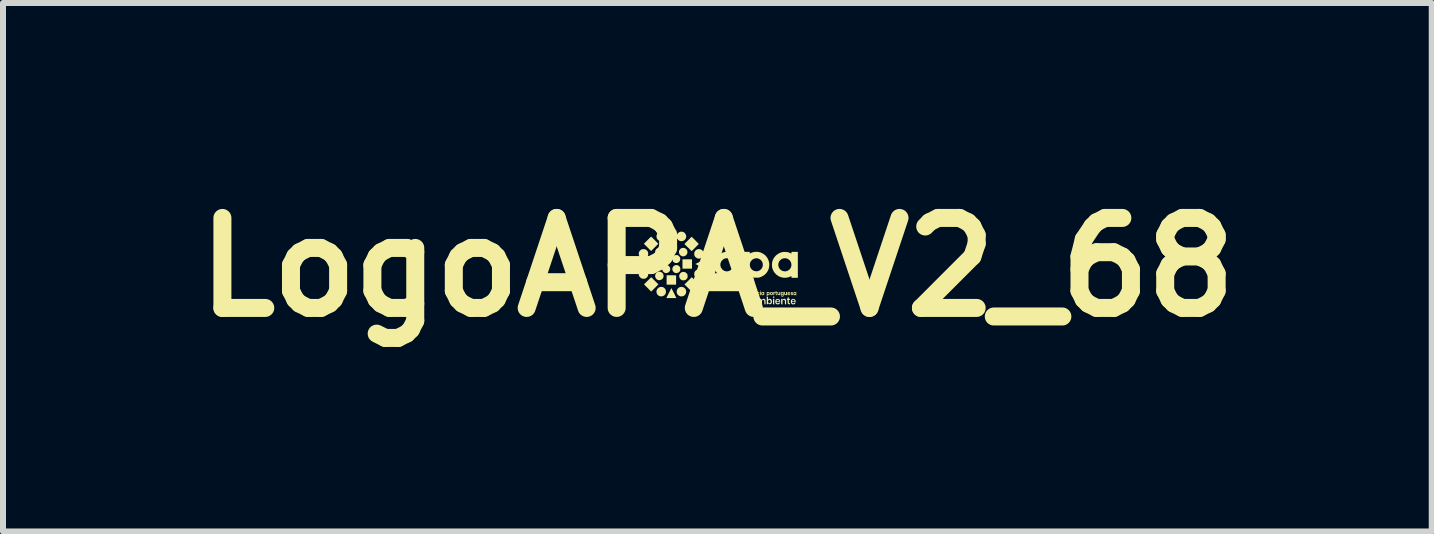
<source format=kicad_pcb>
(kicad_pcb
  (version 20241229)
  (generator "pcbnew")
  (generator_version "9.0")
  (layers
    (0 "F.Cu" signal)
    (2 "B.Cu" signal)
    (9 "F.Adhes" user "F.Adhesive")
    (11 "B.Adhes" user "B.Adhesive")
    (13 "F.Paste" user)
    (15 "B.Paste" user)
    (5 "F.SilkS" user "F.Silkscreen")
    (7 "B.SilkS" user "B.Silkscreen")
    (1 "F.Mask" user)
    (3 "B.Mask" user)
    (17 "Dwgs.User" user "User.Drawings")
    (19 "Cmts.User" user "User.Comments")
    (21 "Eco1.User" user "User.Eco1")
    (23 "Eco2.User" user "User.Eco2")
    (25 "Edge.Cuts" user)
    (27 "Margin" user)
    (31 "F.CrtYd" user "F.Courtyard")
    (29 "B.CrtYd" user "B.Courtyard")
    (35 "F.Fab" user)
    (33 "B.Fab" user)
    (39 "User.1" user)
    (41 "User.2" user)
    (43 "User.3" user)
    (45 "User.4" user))
  (footprint "LogoAPA_V2_68"
    (layer "F.Cu")
    (at 8.907 1.404)
    (property "Reference" "LogoAPA_V2_68" (at 0 0 0) (layer "F.SilkS") (effects (font (size 1.5 1.5) (thickness 0.3))))
    (attr board_only exclude_from_pos_files exclude_from_bom)
    (fp_poly (pts (xy -1.043 0.226) (xy -0.983 0.285) (xy -1.043 0.346) (xy -1.104 0.406) (xy -1.163 0.346) (xy -1.223 0.286) (xy -1.163 0.226) (xy -1.102 0.166)) (stroke (width 0) (type solid)) (fill yes) (layer "F.SilkS"))
    (fp_poly (pts (xy -0.953 -0.054) (xy -0.953 0.024) (xy -1.032 0.024) (xy -1.111 0.024) (xy -1.111 -0.054) (xy -1.111 -0.132) (xy -1.032 -0.132) (xy -0.953 -0.132)) (stroke (width 0) (type solid)) (fill yes) (layer "F.SilkS"))
    (fp_poly (pts (xy -0.688 -0.319) (xy -0.688 -0.241) (xy -0.767 -0.241) (xy -0.846 -0.241) (xy -0.846 -0.319) (xy -0.846 -0.397) (xy -0.767 -0.397) (xy -0.688 -0.397)) (stroke (width 0) (type solid)) (fill yes) (layer "F.SilkS"))
    (fp_poly (pts (xy -0.423 -0.054) (xy -0.423 0.024) (xy -0.502 0.024) (xy -0.582 0.024) (xy -0.582 -0.054) (xy -0.582 -0.132) (xy -0.502 -0.132) (xy -0.423 -0.132)) (stroke (width 0) (type solid)) (fill yes) (layer "F.SilkS"))
    (fp_poly (pts (xy 0.948 0.572) (xy 0.948 0.619) (xy 0.938 0.619) (xy 0.927 0.619) (xy 0.927 0.572) (xy 0.927 0.526) (xy 0.938 0.526) (xy 0.948 0.526)) (stroke (width 0) (type solid)) (fill yes) (layer "F.SilkS"))
    (fp_poly (pts (xy 0.722 0.392) (xy 0.725 0.396) (xy 0.723 0.401) (xy 0.72 0.405) (xy 0.715 0.404) (xy 0.713 0.403) (xy 0.71 0.399) (xy 0.711 0.394) (xy 0.714 0.391) (xy 0.717 0.391)) (stroke (width 0) (type solid)) (fill yes) (layer "F.SilkS"))
    (fp_poly (pts (xy 0.723 0.439) (xy 0.723 0.467) (xy 0.717 0.467) (xy 0.713 0.466) (xy 0.711 0.464) (xy 0.71 0.461) (xy 0.71 0.454) (xy 0.71 0.445) (xy 0.71 0.437) (xy 0.711 0.413) (xy 0.717 0.413) (xy 0.723 0.412)) (stroke (width 0) (type solid)) (fill yes) (layer "F.SilkS"))
    (fp_poly (pts (xy 0.944 0.489) (xy 0.949 0.493) (xy 0.95 0.499) (xy 0.949 0.505) (xy 0.947 0.507) (xy 0.942 0.509) (xy 0.935 0.51) (xy 0.929 0.507) (xy 0.928 0.506) (xy 0.925 0.501) (xy 0.926 0.497) (xy 0.928 0.491) (xy 0.932 0.488) (xy 0.938 0.488)) (stroke (width 0) (type solid)) (fill yes) (layer "F.SilkS"))
    (fp_poly (pts (xy -0.793 0.134) (xy -0.776 0.134) (xy -0.762 0.134) (xy -0.688 0.135) (xy -0.688 0.213) (xy -0.688 0.291) (xy -0.767 0.291) (xy -0.846 0.291) (xy -0.846 0.213) (xy -0.846 0.135) (xy -0.841 0.134) (xy -0.838 0.134) (xy -0.831 0.134) (xy -0.821 0.134) (xy -0.808 0.134)) (stroke (width 0) (type solid)) (fill yes) (layer "F.SilkS"))
    (fp_poly (pts (xy 0.576 0.394) (xy 0.577 0.394) (xy 0.583 0.399) (xy 0.584 0.403) (xy 0.584 0.408) (xy 0.578 0.404) (xy 0.574 0.401) (xy 0.571 0.401) (xy 0.567 0.403) (xy 0.565 0.404) (xy 0.558 0.408) (xy 0.558 0.404) (xy 0.559 0.4) (xy 0.563 0.396) (xy 0.564 0.395) (xy 0.569 0.392) (xy 0.572 0.392)) (stroke (width 0) (type solid)) (fill yes) (layer "F.SilkS"))
    (fp_poly (pts (xy -1.255 -0.097) (xy -1.237 -0.089) (xy -1.221 -0.08) (xy -1.206 -0.073) (xy -1.193 -0.067) (xy -1.183 -0.062) (xy -1.175 -0.058) (xy -1.171 -0.056) (xy -1.17 -0.055) (xy -1.172 -0.054) (xy -1.177 -0.051) (xy -1.185 -0.047) (xy -1.196 -0.041) (xy -1.21 -0.034) (xy -1.225 -0.027) (xy -1.242 -0.018) (xy -1.254 -0.012) (xy -1.339 0.03) (xy -1.339 -0.054) (xy -1.339 -0.139)) (stroke (width 0) (type solid)) (fill yes) (layer "F.SilkS"))
    (fp_poly (pts (xy -0.197 -0.054) (xy -0.198 -0.036) (xy -0.198 -0.018) (xy -0.198 -0.003) (xy -0.198 0.01) (xy -0.198 0.02) (xy -0.198 0.027) (xy -0.198 0.03) (xy -0.198 0.03) (xy -0.2 0.029) (xy -0.206 0.027) (xy -0.214 0.022) (xy -0.225 0.017) (xy -0.239 0.01) (xy -0.254 0.002) (xy -0.271 -0.006) (xy -0.283 -0.012) (xy -0.367 -0.054) (xy -0.282 -0.096) (xy -0.197 -0.139)) (stroke (width 0) (type solid)) (fill yes) (layer "F.SilkS"))
    (fp_poly (pts (xy -1.044 -0.451) (xy -0.984 -0.391) (xy -1.044 -0.331) (xy -1.057 -0.318) (xy -1.069 -0.306) (xy -1.08 -0.295) (xy -1.09 -0.286) (xy -1.097 -0.278) (xy -1.102 -0.274) (xy -1.104 -0.271) (xy -1.105 -0.271) (xy -1.106 -0.273) (xy -1.111 -0.277) (xy -1.118 -0.284) (xy -1.127 -0.292) (xy -1.137 -0.303) (xy -1.149 -0.315) (xy -1.162 -0.328) (xy -1.165 -0.331) (xy -1.225 -0.391) (xy -1.165 -0.451) (xy -1.105 -0.511)) (stroke (width 0) (type solid)) (fill yes) (layer "F.SilkS"))
    (fp_poly (pts (xy -0.367 0.226) (xy -0.307 0.286) (xy -0.367 0.346) (xy -0.38 0.359) (xy -0.392 0.372) (xy -0.403 0.382) (xy -0.413 0.392) (xy -0.42 0.399) (xy -0.425 0.404) (xy -0.427 0.406) (xy -0.428 0.406) (xy -0.429 0.404) (xy -0.434 0.4) (xy -0.441 0.393) (xy -0.449 0.385) (xy -0.46 0.374) (xy -0.472 0.362) (xy -0.485 0.349) (xy -0.488 0.346) (xy -0.548 0.287) (xy -0.487 0.227) (xy -0.427 0.166)) (stroke (width 0) (type solid)) (fill yes) (layer "F.SilkS"))
    (fp_poly (pts (xy -0.766 0.349) (xy -0.763 0.354) (xy -0.759 0.362) (xy -0.754 0.373) (xy -0.747 0.385) (xy -0.74 0.399) (xy -0.733 0.414) (xy -0.725 0.429) (xy -0.718 0.444) (xy -0.71 0.459) (xy -0.704 0.473) (xy -0.699 0.483) (xy -0.684 0.514) (xy -0.767 0.514) (xy -0.851 0.514) (xy -0.809 0.431) (xy -0.8 0.414) (xy -0.792 0.397) (xy -0.785 0.383) (xy -0.779 0.37) (xy -0.773 0.36) (xy -0.77 0.352) (xy -0.767 0.348) (xy -0.767 0.348)) (stroke (width 0) (type solid)) (fill yes) (layer "F.SilkS"))
    (fp_poly (pts (xy 0.945 0.413) (xy 0.946 0.416) (xy 0.946 0.416) (xy 0.947 0.418) (xy 0.948 0.418) (xy 0.95 0.416) (xy 0.955 0.413) (xy 0.959 0.413) (xy 0.961 0.417) (xy 0.961 0.418) (xy 0.96 0.423) (xy 0.957 0.427) (xy 0.954 0.428) (xy 0.951 0.429) (xy 0.949 0.431) (xy 0.948 0.435) (xy 0.947 0.441) (xy 0.947 0.448) (xy 0.946 0.464) (xy 0.94 0.464) (xy 0.933 0.464) (xy 0.933 0.438) (xy 0.933 0.412) (xy 0.94 0.412)) (stroke (width 0) (type solid)) (fill yes) (layer "F.SilkS"))
    (fp_poly (pts (xy -0.836 -0.035) (xy -0.821 -0.029) (xy -0.808 -0.02) (xy -0.804 -0.017) (xy -0.795 -0.004) (xy -0.789 0.01) (xy -0.786 0.025) (xy -0.786 0.041) (xy -0.791 0.056) (xy -0.798 0.069) (xy -0.803 0.076) (xy -0.816 0.086) (xy -0.831 0.093) (xy -0.846 0.097) (xy -0.862 0.097) (xy -0.874 0.094) (xy -0.889 0.086) (xy -0.901 0.076) (xy -0.91 0.064) (xy -0.916 0.05) (xy -0.919 0.036) (xy -0.919 0.021) (xy -0.915 0.006) (xy -0.908 -0.008) (xy -0.897 -0.019) (xy -0.883 -0.029) (xy -0.868 -0.035) (xy -0.852 -0.037)) (stroke (width 0) (type solid)) (fill yes) (layer "F.SilkS"))
    (fp_poly (pts (xy -0.839 -0.203) (xy -0.823 -0.198) (xy -0.809 -0.189) (xy -0.798 -0.177) (xy -0.791 -0.166) (xy -0.786 -0.151) (xy -0.785 -0.135) (xy -0.787 -0.119) (xy -0.793 -0.105) (xy -0.803 -0.092) (xy -0.804 -0.09) (xy -0.816 -0.081) (xy -0.83 -0.075) (xy -0.844 -0.071) (xy -0.859 -0.07) (xy -0.866 -0.072) (xy -0.883 -0.078) (xy -0.896 -0.087) (xy -0.907 -0.099) (xy -0.914 -0.114) (xy -0.918 -0.131) (xy -0.918 -0.138) (xy -0.916 -0.155) (xy -0.91 -0.17) (xy -0.901 -0.183) (xy -0.889 -0.193) (xy -0.875 -0.2) (xy -0.858 -0.203) (xy -0.856 -0.204)) (stroke (width 0) (type solid)) (fill yes) (layer "F.SilkS"))
    (fp_poly (pts (xy 1.126 0.43) (xy 1.127 0.441) (xy 1.128 0.448) (xy 1.13 0.452) (xy 1.134 0.453) (xy 1.135 0.454) (xy 1.14 0.452) (xy 1.143 0.449) (xy 1.145 0.442) (xy 1.146 0.431) (xy 1.146 0.43) (xy 1.146 0.412) (xy 1.154 0.412) (xy 1.161 0.412) (xy 1.161 0.439) (xy 1.16 0.466) (xy 1.154 0.466) (xy 1.15 0.466) (xy 1.148 0.464) (xy 1.148 0.462) (xy 1.148 0.459) (xy 1.146 0.459) (xy 1.144 0.461) (xy 1.136 0.465) (xy 1.127 0.465) (xy 1.126 0.465) (xy 1.12 0.461) (xy 1.116 0.453) (xy 1.114 0.442) (xy 1.113 0.43) (xy 1.113 0.412) (xy 1.12 0.412) (xy 1.126 0.412)) (stroke (width 0) (type solid)) (fill yes) (layer "F.SilkS"))
    (fp_poly (pts (xy -0.677 -0.203) (xy -0.665 -0.201) (xy -0.657 -0.198) (xy -0.644 -0.189) (xy -0.633 -0.178) (xy -0.625 -0.165) (xy -0.625 -0.165) (xy -0.621 -0.154) (xy -0.619 -0.14) (xy -0.62 -0.126) (xy -0.622 -0.114) (xy -0.625 -0.108) (xy -0.634 -0.094) (xy -0.646 -0.083) (xy -0.657 -0.076) (xy -0.668 -0.072) (xy -0.681 -0.07) (xy -0.694 -0.07) (xy -0.705 -0.072) (xy -0.721 -0.08) (xy -0.734 -0.09) (xy -0.743 -0.103) (xy -0.749 -0.118) (xy -0.752 -0.135) (xy -0.752 -0.137) (xy -0.752 -0.147) (xy -0.75 -0.154) (xy -0.748 -0.162) (xy -0.746 -0.165) (xy -0.737 -0.179) (xy -0.724 -0.191) (xy -0.714 -0.198) (xy -0.703 -0.201) (xy -0.691 -0.203)) (stroke (width 0) (type solid)) (fill yes) (layer "F.SilkS"))
    (fp_poly (pts (xy -0.574 -0.589) (xy -0.558 -0.582) (xy -0.546 -0.573) (xy -0.534 -0.559) (xy -0.526 -0.544) (xy -0.521 -0.528) (xy -0.519 -0.511) (xy -0.522 -0.495) (xy -0.527 -0.479) (xy -0.536 -0.465) (xy -0.548 -0.453) (xy -0.563 -0.443) (xy -0.566 -0.441) (xy -0.579 -0.437) (xy -0.593 -0.435) (xy -0.608 -0.435) (xy -0.621 -0.437) (xy -0.623 -0.437) (xy -0.638 -0.444) (xy -0.652 -0.455) (xy -0.664 -0.468) (xy -0.673 -0.483) (xy -0.674 -0.487) (xy -0.677 -0.501) (xy -0.678 -0.516) (xy -0.676 -0.532) (xy -0.673 -0.543) (xy -0.666 -0.556) (xy -0.656 -0.569) (xy -0.643 -0.579) (xy -0.63 -0.587) (xy -0.627 -0.588) (xy -0.609 -0.593) (xy -0.592 -0.593)) (stroke (width 0) (type solid)) (fill yes) (layer "F.SilkS"))
    (fp_poly (pts (xy -0.557 0.079) (xy -0.544 0.081) (xy -0.54 0.082) (xy -0.527 0.089) (xy -0.515 0.099) (xy -0.505 0.111) (xy -0.501 0.118) (xy -0.497 0.13) (xy -0.496 0.143) (xy -0.496 0.157) (xy -0.498 0.17) (xy -0.501 0.179) (xy -0.509 0.191) (xy -0.52 0.203) (xy -0.532 0.211) (xy -0.535 0.213) (xy -0.547 0.217) (xy -0.561 0.219) (xy -0.576 0.218) (xy -0.589 0.216) (xy -0.592 0.215) (xy -0.607 0.207) (xy -0.618 0.196) (xy -0.627 0.184) (xy -0.633 0.17) (xy -0.636 0.155) (xy -0.636 0.14) (xy -0.632 0.125) (xy -0.625 0.111) (xy -0.616 0.098) (xy -0.603 0.088) (xy -0.596 0.084) (xy -0.585 0.08) (xy -0.571 0.078)) (stroke (width 0) (type solid)) (fill yes) (layer "F.SilkS"))
    (fp_poly (pts (xy 1.013 0.431) (xy 1.014 0.44) (xy 1.014 0.445) (xy 1.015 0.449) (xy 1.017 0.451) (xy 1.019 0.452) (xy 1.024 0.454) (xy 1.028 0.453) (xy 1.031 0.449) (xy 1.032 0.441) (xy 1.033 0.431) (xy 1.033 0.412) (xy 1.041 0.412) (xy 1.048 0.412) (xy 1.048 0.439) (xy 1.047 0.466) (xy 1.041 0.466) (xy 1.037 0.466) (xy 1.035 0.464) (xy 1.035 0.462) (xy 1.035 0.459) (xy 1.033 0.459) (xy 1.031 0.461) (xy 1.024 0.465) (xy 1.015 0.464) (xy 1.012 0.463) (xy 1.007 0.46) (xy 1.003 0.454) (xy 1.001 0.445) (xy 1 0.433) (xy 1 0.429) (xy 1 0.412) (xy 1.007 0.412) (xy 1.013 0.412)) (stroke (width 0) (type solid)) (fill yes) (layer "F.SilkS"))
    (fp_poly (pts (xy -0.369 -0.449) (xy -0.356 -0.435) (xy -0.344 -0.423) (xy -0.333 -0.412) (xy -0.324 -0.403) (xy -0.317 -0.395) (xy -0.312 -0.39) (xy -0.31 -0.388) (xy -0.31 -0.388) (xy -0.312 -0.386) (xy -0.316 -0.381) (xy -0.322 -0.374) (xy -0.331 -0.366) (xy -0.341 -0.356) (xy -0.351 -0.345) (xy -0.363 -0.333) (xy -0.375 -0.321) (xy -0.386 -0.31) (xy -0.397 -0.299) (xy -0.407 -0.289) (xy -0.416 -0.281) (xy -0.422 -0.275) (xy -0.427 -0.271) (xy -0.429 -0.269) (xy -0.431 -0.271) (xy -0.435 -0.275) (xy -0.442 -0.281) (xy -0.451 -0.29) (xy -0.462 -0.301) (xy -0.474 -0.313) (xy -0.487 -0.326) (xy -0.49 -0.328) (xy -0.549 -0.387) (xy -0.489 -0.448) (xy -0.429 -0.508)) (stroke (width 0) (type solid)) (fill yes) (layer "F.SilkS"))
    (fp_poly (pts (xy -0.955 -0.323) (xy -0.941 -0.319) (xy -0.929 -0.312) (xy -0.917 -0.302) (xy -0.907 -0.29) (xy -0.903 -0.283) (xy -0.9 -0.277) (xy -0.898 -0.271) (xy -0.898 -0.263) (xy -0.897 -0.253) (xy -0.898 -0.243) (xy -0.898 -0.236) (xy -0.9 -0.23) (xy -0.902 -0.224) (xy -0.903 -0.222) (xy -0.913 -0.208) (xy -0.925 -0.196) (xy -0.937 -0.189) (xy -0.949 -0.185) (xy -0.963 -0.183) (xy -0.978 -0.183) (xy -0.991 -0.186) (xy -0.993 -0.187) (xy -1.006 -0.194) (xy -1.018 -0.204) (xy -1.027 -0.216) (xy -1.032 -0.225) (xy -1.037 -0.24) (xy -1.038 -0.257) (xy -1.035 -0.272) (xy -1.029 -0.287) (xy -1.019 -0.301) (xy -1.007 -0.312) (xy -1 -0.316) (xy -0.987 -0.321) (xy -0.971 -0.323)) (stroke (width 0) (type solid)) (fill yes) (layer "F.SilkS"))
    (fp_poly (pts (xy -0.666 -0.034) (xy -0.651 -0.028) (xy -0.638 -0.019) (xy -0.627 -0.005) (xy -0.623 0.001) (xy -0.62 0.007) (xy -0.619 0.013) (xy -0.618 0.021) (xy -0.617 0.03) (xy -0.618 0.041) (xy -0.619 0.048) (xy -0.62 0.055) (xy -0.623 0.06) (xy -0.632 0.074) (xy -0.644 0.085) (xy -0.658 0.092) (xy -0.673 0.097) (xy -0.689 0.098) (xy -0.706 0.094) (xy -0.709 0.093) (xy -0.72 0.087) (xy -0.731 0.077) (xy -0.74 0.066) (xy -0.744 0.06) (xy -0.747 0.053) (xy -0.749 0.046) (xy -0.75 0.038) (xy -0.75 0.031) (xy -0.749 0.016) (xy -0.745 0.004) (xy -0.738 -0.008) (xy -0.732 -0.015) (xy -0.72 -0.026) (xy -0.705 -0.032) (xy -0.689 -0.036) (xy -0.684 -0.036)) (stroke (width 0) (type solid)) (fill yes) (layer "F.SilkS"))
    (fp_poly (pts (xy -0.584 0.329) (xy -0.567 0.335) (xy -0.563 0.336) (xy -0.548 0.346) (xy -0.536 0.358) (xy -0.527 0.372) (xy -0.522 0.388) (xy -0.52 0.404) (xy -0.521 0.42) (xy -0.525 0.436) (xy -0.533 0.452) (xy -0.545 0.465) (xy -0.546 0.467) (xy -0.557 0.475) (xy -0.568 0.481) (xy -0.58 0.484) (xy -0.595 0.485) (xy -0.596 0.485) (xy -0.607 0.486) (xy -0.615 0.485) (xy -0.621 0.483) (xy -0.625 0.482) (xy -0.643 0.473) (xy -0.657 0.461) (xy -0.668 0.448) (xy -0.675 0.431) (xy -0.678 0.413) (xy -0.678 0.408) (xy -0.677 0.391) (xy -0.672 0.376) (xy -0.664 0.362) (xy -0.662 0.359) (xy -0.65 0.346) (xy -0.635 0.336) (xy -0.619 0.33) (xy -0.602 0.328)) (stroke (width 0) (type solid)) (fill yes) (layer "F.SilkS"))
    (fp_poly (pts (xy 0.51 0.544) (xy 0.516 0.548) (xy 0.52 0.553) (xy 0.523 0.563) (xy 0.522 0.571) (xy 0.519 0.578) (xy 0.514 0.584) (xy 0.508 0.588) (xy 0.5 0.588) (xy 0.493 0.585) (xy 0.488 0.582) (xy 0.483 0.574) (xy 0.482 0.566) (xy 0.482 0.564) (xy 0.493 0.564) (xy 0.494 0.571) (xy 0.496 0.575) (xy 0.501 0.577) (xy 0.506 0.576) (xy 0.508 0.574) (xy 0.512 0.568) (xy 0.512 0.561) (xy 0.509 0.555) (xy 0.508 0.554) (xy 0.504 0.552) (xy 0.499 0.552) (xy 0.498 0.553) (xy 0.494 0.556) (xy 0.493 0.56) (xy 0.493 0.564) (xy 0.482 0.564) (xy 0.483 0.558) (xy 0.486 0.551) (xy 0.492 0.545) (xy 0.499 0.543) (xy 0.501 0.543)) (stroke (width 0) (type solid)) (fill yes) (layer "F.SilkS"))
    (fp_poly (pts (xy -0.957 0.075) (xy -0.949 0.076) (xy -0.943 0.078) (xy -0.937 0.081) (xy -0.923 0.09) (xy -0.911 0.102) (xy -0.903 0.116) (xy -0.898 0.132) (xy -0.897 0.148) (xy -0.899 0.164) (xy -0.904 0.177) (xy -0.912 0.19) (xy -0.924 0.201) (xy -0.938 0.209) (xy -0.953 0.214) (xy -0.969 0.216) (xy -0.984 0.215) (xy -0.995 0.211) (xy -1.006 0.205) (xy -1.015 0.197) (xy -1.026 0.184) (xy -1.033 0.169) (xy -1.037 0.152) (xy -1.037 0.152) (xy -1.037 0.135) (xy -1.033 0.12) (xy -1.026 0.106) (xy -1.023 0.102) (xy -1.017 0.094) (xy -1.01 0.088) (xy -1.001 0.083) (xy -0.999 0.082) (xy -0.991 0.078) (xy -0.984 0.076) (xy -0.977 0.075) (xy -0.967 0.075) (xy -0.967 0.075)) (stroke (width 0) (type solid)) (fill yes) (layer "F.SilkS"))
    (fp_poly (pts (xy -0.56 -0.322) (xy -0.552 -0.321) (xy -0.547 -0.32) (xy -0.541 -0.317) (xy -0.539 -0.316) (xy -0.524 -0.306) (xy -0.512 -0.294) (xy -0.504 -0.279) (xy -0.5 -0.263) (xy -0.5 -0.256) (xy -0.499 -0.246) (xy -0.5 -0.237) (xy -0.503 -0.229) (xy -0.503 -0.228) (xy -0.511 -0.213) (xy -0.522 -0.201) (xy -0.535 -0.191) (xy -0.549 -0.185) (xy -0.565 -0.181) (xy -0.581 -0.182) (xy -0.583 -0.182) (xy -0.599 -0.188) (xy -0.613 -0.197) (xy -0.625 -0.209) (xy -0.633 -0.22) (xy -0.637 -0.232) (xy -0.64 -0.247) (xy -0.64 -0.262) (xy -0.637 -0.275) (xy -0.63 -0.29) (xy -0.619 -0.303) (xy -0.605 -0.313) (xy -0.603 -0.315) (xy -0.596 -0.318) (xy -0.59 -0.321) (xy -0.585 -0.322) (xy -0.577 -0.322) (xy -0.57 -0.322)) (stroke (width 0) (type solid)) (fill yes) (layer "F.SilkS"))
    (fp_poly (pts (xy 0.913 0.415) (xy 0.917 0.417) (xy 0.923 0.424) (xy 0.926 0.433) (xy 0.926 0.443) (xy 0.923 0.453) (xy 0.917 0.46) (xy 0.91 0.464) (xy 0.901 0.466) (xy 0.893 0.465) (xy 0.892 0.464) (xy 0.886 0.459) (xy 0.881 0.452) (xy 0.877 0.444) (xy 0.877 0.44) (xy 0.877 0.439) (xy 0.89 0.439) (xy 0.892 0.446) (xy 0.895 0.451) (xy 0.899 0.453) (xy 0.904 0.453) (xy 0.909 0.449) (xy 0.911 0.446) (xy 0.913 0.44) (xy 0.912 0.433) (xy 0.909 0.427) (xy 0.905 0.424) (xy 0.899 0.424) (xy 0.894 0.427) (xy 0.891 0.433) (xy 0.89 0.439) (xy 0.877 0.439) (xy 0.878 0.431) (xy 0.882 0.423) (xy 0.887 0.417) (xy 0.888 0.416) (xy 0.895 0.413) (xy 0.904 0.413)) (stroke (width 0) (type solid)) (fill yes) (layer "F.SilkS"))
    (fp_poly (pts (xy 0.69 0.414) (xy 0.696 0.418) (xy 0.7 0.423) (xy 0.702 0.428) (xy 0.703 0.431) (xy 0.7 0.432) (xy 0.697 0.432) (xy 0.691 0.43) (xy 0.688 0.428) (xy 0.684 0.424) (xy 0.678 0.423) (xy 0.673 0.426) (xy 0.673 0.427) (xy 0.671 0.431) (xy 0.67 0.437) (xy 0.67 0.438) (xy 0.67 0.445) (xy 0.672 0.45) (xy 0.673 0.45) (xy 0.677 0.453) (xy 0.683 0.453) (xy 0.688 0.45) (xy 0.688 0.449) (xy 0.692 0.446) (xy 0.697 0.445) (xy 0.701 0.445) (xy 0.703 0.448) (xy 0.703 0.448) (xy 0.702 0.452) (xy 0.698 0.457) (xy 0.697 0.458) (xy 0.689 0.463) (xy 0.68 0.465) (xy 0.672 0.463) (xy 0.669 0.461) (xy 0.662 0.454) (xy 0.658 0.444) (xy 0.658 0.434) (xy 0.661 0.424) (xy 0.665 0.417) (xy 0.672 0.413) (xy 0.68 0.412)) (stroke (width 0) (type solid)) (fill yes) (layer "F.SilkS"))
    (fp_poly (pts (xy -1.218 -0.301) (xy -1.201 -0.297) (xy -1.186 -0.288) (xy -1.172 -0.277) (xy -1.162 -0.262) (xy -1.159 -0.257) (xy -1.156 -0.251) (xy -1.155 -0.246) (xy -1.154 -0.239) (xy -1.154 -0.23) (xy -1.153 -0.224) (xy -1.154 -0.213) (xy -1.154 -0.205) (xy -1.155 -0.199) (xy -1.157 -0.194) (xy -1.159 -0.189) (xy -1.169 -0.173) (xy -1.182 -0.161) (xy -1.197 -0.152) (xy -1.214 -0.146) (xy -1.227 -0.144) (xy -1.236 -0.144) (xy -1.244 -0.144) (xy -1.249 -0.145) (xy -1.266 -0.152) (xy -1.282 -0.162) (xy -1.294 -0.175) (xy -1.304 -0.191) (xy -1.307 -0.197) (xy -1.308 -0.203) (xy -1.309 -0.211) (xy -1.31 -0.22) (xy -1.31 -0.224) (xy -1.309 -0.234) (xy -1.309 -0.242) (xy -1.307 -0.248) (xy -1.305 -0.254) (xy -1.304 -0.256) (xy -1.294 -0.272) (xy -1.283 -0.284) (xy -1.27 -0.293) (xy -1.253 -0.3) (xy -1.235 -0.302)) (stroke (width 0) (type solid)) (fill yes) (layer "F.SilkS"))
    (fp_poly (pts (xy -0.925 0.329) (xy -0.917 0.33) (xy -0.911 0.331) (xy -0.904 0.334) (xy -0.902 0.335) (xy -0.888 0.343) (xy -0.876 0.355) (xy -0.866 0.369) (xy -0.864 0.373) (xy -0.861 0.379) (xy -0.86 0.385) (xy -0.859 0.392) (xy -0.858 0.401) (xy -0.858 0.407) (xy -0.858 0.417) (xy -0.859 0.425) (xy -0.86 0.431) (xy -0.862 0.437) (xy -0.865 0.443) (xy -0.875 0.458) (xy -0.887 0.47) (xy -0.902 0.479) (xy -0.903 0.479) (xy -0.916 0.484) (xy -0.931 0.486) (xy -0.947 0.485) (xy -0.961 0.483) (xy -0.963 0.482) (xy -0.98 0.474) (xy -0.994 0.462) (xy -1.004 0.448) (xy -1.012 0.432) (xy -1.015 0.414) (xy -1.015 0.4) (xy -1.012 0.383) (xy -1.004 0.367) (xy -0.993 0.353) (xy -0.98 0.341) (xy -0.969 0.335) (xy -0.962 0.332) (xy -0.956 0.33) (xy -0.949 0.329) (xy -0.94 0.329) (xy -0.935 0.329)) (stroke (width 0) (type solid)) (fill yes) (layer "F.SilkS"))
    (fp_poly (pts (xy -0.291 -0.301) (xy -0.274 -0.295) (xy -0.271 -0.294) (xy -0.256 -0.285) (xy -0.245 -0.273) (xy -0.236 -0.259) (xy -0.233 -0.252) (xy -0.231 -0.246) (xy -0.229 -0.24) (xy -0.229 -0.232) (xy -0.229 -0.224) (xy -0.229 -0.213) (xy -0.23 -0.206) (xy -0.231 -0.2) (xy -0.233 -0.194) (xy -0.236 -0.188) (xy -0.246 -0.173) (xy -0.259 -0.16) (xy -0.274 -0.151) (xy -0.291 -0.146) (xy -0.302 -0.144) (xy -0.314 -0.144) (xy -0.324 -0.145) (xy -0.328 -0.146) (xy -0.344 -0.153) (xy -0.359 -0.163) (xy -0.371 -0.175) (xy -0.38 -0.19) (xy -0.381 -0.191) (xy -0.383 -0.197) (xy -0.384 -0.203) (xy -0.385 -0.211) (xy -0.385 -0.222) (xy -0.385 -0.222) (xy -0.385 -0.233) (xy -0.385 -0.24) (xy -0.383 -0.246) (xy -0.381 -0.252) (xy -0.378 -0.259) (xy -0.368 -0.274) (xy -0.356 -0.286) (xy -0.341 -0.295) (xy -0.325 -0.301) (xy -0.308 -0.303)) (stroke (width 0) (type solid)) (fill yes) (layer "F.SilkS"))
    (fp_poly (pts (xy 0.981 0.4) (xy 0.983 0.402) (xy 0.983 0.406) (xy 0.984 0.41) (xy 0.986 0.412) (xy 0.989 0.412) (xy 0.993 0.414) (xy 0.994 0.417) (xy 0.993 0.421) (xy 0.99 0.423) (xy 0.989 0.424) (xy 0.986 0.425) (xy 0.984 0.428) (xy 0.983 0.434) (xy 0.983 0.444) (xy 0.985 0.451) (xy 0.988 0.453) (xy 0.99 0.454) (xy 0.993 0.455) (xy 0.994 0.458) (xy 0.994 0.46) (xy 0.993 0.465) (xy 0.99 0.466) (xy 0.985 0.466) (xy 0.98 0.464) (xy 0.977 0.462) (xy 0.974 0.459) (xy 0.973 0.454) (xy 0.972 0.446) (xy 0.972 0.438) (xy 0.971 0.43) (xy 0.97 0.426) (xy 0.968 0.424) (xy 0.967 0.424) (xy 0.964 0.421) (xy 0.963 0.418) (xy 0.965 0.414) (xy 0.968 0.412) (xy 0.971 0.411) (xy 0.971 0.407) (xy 0.971 0.406) (xy 0.972 0.402) (xy 0.975 0.4) (xy 0.977 0.4)) (stroke (width 0) (type solid)) (fill yes) (layer "F.SilkS"))
    (fp_poly (pts (xy 1.126 0.527) (xy 1.134 0.533) (xy 1.141 0.541) (xy 1.142 0.543) (xy 1.143 0.547) (xy 1.144 0.552) (xy 1.145 0.559) (xy 1.146 0.567) (xy 1.146 0.579) (xy 1.146 0.585) (xy 1.146 0.619) (xy 1.136 0.619) (xy 1.126 0.619) (xy 1.126 0.594) (xy 1.126 0.578) (xy 1.125 0.565) (xy 1.122 0.556) (xy 1.119 0.55) (xy 1.114 0.546) (xy 1.108 0.545) (xy 1.105 0.545) (xy 1.098 0.546) (xy 1.093 0.549) (xy 1.091 0.551) (xy 1.088 0.554) (xy 1.087 0.557) (xy 1.086 0.561) (xy 1.085 0.566) (xy 1.085 0.574) (xy 1.085 0.585) (xy 1.085 0.588) (xy 1.085 0.619) (xy 1.074 0.619) (xy 1.063 0.619) (xy 1.063 0.573) (xy 1.063 0.527) (xy 1.074 0.527) (xy 1.085 0.527) (xy 1.085 0.537) (xy 1.085 0.546) (xy 1.089 0.54) (xy 1.097 0.531) (xy 1.106 0.527) (xy 1.116 0.525)) (stroke (width 0) (type solid)) (fill yes) (layer "F.SilkS"))
    (fp_poly (pts (xy -0.925 -0.593) (xy -0.91 -0.589) (xy -0.895 -0.582) (xy -0.881 -0.572) (xy -0.87 -0.558) (xy -0.866 -0.551) (xy -0.862 -0.544) (xy -0.86 -0.539) (xy -0.859 -0.534) (xy -0.858 -0.527) (xy -0.858 -0.518) (xy -0.858 -0.514) (xy -0.858 -0.504) (xy -0.859 -0.496) (xy -0.86 -0.49) (xy -0.862 -0.485) (xy -0.864 -0.479) (xy -0.874 -0.464) (xy -0.887 -0.451) (xy -0.901 -0.442) (xy -0.902 -0.441) (xy -0.913 -0.437) (xy -0.927 -0.435) (xy -0.941 -0.434) (xy -0.953 -0.436) (xy -0.958 -0.437) (xy -0.976 -0.445) (xy -0.991 -0.456) (xy -1.002 -0.47) (xy -1.008 -0.48) (xy -1.011 -0.488) (xy -1.013 -0.494) (xy -1.014 -0.502) (xy -1.015 -0.511) (xy -1.015 -0.513) (xy -1.014 -0.523) (xy -1.014 -0.531) (xy -1.012 -0.537) (xy -1.009 -0.544) (xy -1.008 -0.547) (xy -0.998 -0.563) (xy -0.986 -0.575) (xy -0.972 -0.585) (xy -0.957 -0.591) (xy -0.941 -0.593)) (stroke (width 0) (type solid)) (fill yes) (layer "F.SilkS"))
    (fp_poly (pts (xy 1.315 0.439) (xy 1.315 0.467) (xy 1.31 0.467) (xy 1.305 0.466) (xy 1.304 0.462) (xy 1.304 0.462) (xy 1.304 0.458) (xy 1.299 0.462) (xy 1.291 0.466) (xy 1.283 0.466) (xy 1.278 0.464) (xy 1.272 0.459) (xy 1.269 0.451) (xy 1.267 0.441) (xy 1.268 0.438) (xy 1.28 0.438) (xy 1.282 0.446) (xy 1.286 0.451) (xy 1.291 0.453) (xy 1.297 0.452) (xy 1.298 0.451) (xy 1.302 0.445) (xy 1.303 0.438) (xy 1.301 0.431) (xy 1.3 0.429) (xy 1.296 0.425) (xy 1.292 0.423) (xy 1.292 0.423) (xy 1.286 0.425) (xy 1.282 0.43) (xy 1.28 0.437) (xy 1.28 0.438) (xy 1.268 0.438) (xy 1.268 0.432) (xy 1.271 0.423) (xy 1.276 0.416) (xy 1.278 0.415) (xy 1.286 0.412) (xy 1.294 0.414) (xy 1.299 0.417) (xy 1.304 0.422) (xy 1.304 0.417) (xy 1.305 0.413) (xy 1.309 0.412) (xy 1.31 0.412) (xy 1.315 0.412)) (stroke (width 0) (type solid)) (fill yes) (layer "F.SilkS"))
    (fp_poly (pts (xy -0.749 -0.621) (xy -0.732 -0.621) (xy -0.716 -0.62) (xy -0.703 -0.62) (xy -0.693 -0.62) (xy -0.687 -0.62) (xy -0.684 -0.62) (xy -0.684 -0.62) (xy -0.685 -0.617) (xy -0.687 -0.611) (xy -0.691 -0.603) (xy -0.697 -0.592) (xy -0.703 -0.579) (xy -0.71 -0.565) (xy -0.718 -0.55) (xy -0.726 -0.535) (xy -0.734 -0.519) (xy -0.741 -0.504) (xy -0.748 -0.49) (xy -0.755 -0.478) (xy -0.76 -0.468) (xy -0.764 -0.46) (xy -0.767 -0.455) (xy -0.768 -0.454) (xy -0.769 -0.455) (xy -0.772 -0.461) (xy -0.776 -0.469) (xy -0.782 -0.48) (xy -0.789 -0.494) (xy -0.797 -0.509) (xy -0.805 -0.526) (xy -0.81 -0.535) (xy -0.818 -0.553) (xy -0.826 -0.569) (xy -0.833 -0.584) (xy -0.839 -0.596) (xy -0.844 -0.607) (xy -0.848 -0.614) (xy -0.85 -0.618) (xy -0.85 -0.619) (xy -0.848 -0.619) (xy -0.843 -0.62) (xy -0.833 -0.62) (xy -0.821 -0.62) (xy -0.806 -0.62) (xy -0.789 -0.621) (xy -0.77 -0.621) (xy -0.767 -0.621)) (stroke (width 0) (type solid)) (fill yes) (layer "F.SilkS"))
    (fp_poly (pts (xy 0.615 0.413) (xy 0.616 0.416) (xy 0.616 0.416) (xy 0.617 0.418) (xy 0.618 0.418) (xy 0.62 0.416) (xy 0.627 0.413) (xy 0.634 0.413) (xy 0.641 0.415) (xy 0.642 0.417) (xy 0.646 0.421) (xy 0.647 0.425) (xy 0.648 0.432) (xy 0.649 0.441) (xy 0.648 0.448) (xy 0.648 0.457) (xy 0.647 0.462) (xy 0.646 0.465) (xy 0.645 0.465) (xy 0.642 0.466) (xy 0.64 0.465) (xy 0.638 0.464) (xy 0.637 0.461) (xy 0.637 0.456) (xy 0.636 0.447) (xy 0.636 0.446) (xy 0.636 0.437) (xy 0.635 0.431) (xy 0.634 0.428) (xy 0.632 0.426) (xy 0.631 0.425) (xy 0.625 0.424) (xy 0.621 0.425) (xy 0.619 0.427) (xy 0.617 0.43) (xy 0.617 0.434) (xy 0.616 0.442) (xy 0.616 0.447) (xy 0.616 0.456) (xy 0.615 0.461) (xy 0.614 0.464) (xy 0.612 0.466) (xy 0.61 0.466) (xy 0.609 0.466) (xy 0.603 0.467) (xy 0.603 0.44) (xy 0.603 0.412) (xy 0.61 0.412)) (stroke (width 0) (type solid)) (fill yes) (layer "F.SilkS"))
    (fp_poly (pts (xy 0.781 0.439) (xy 0.781 0.45) (xy 0.78 0.458) (xy 0.78 0.462) (xy 0.779 0.465) (xy 0.777 0.466) (xy 0.775 0.466) (xy 0.771 0.465) (xy 0.769 0.462) (xy 0.767 0.458) (xy 0.763 0.462) (xy 0.757 0.466) (xy 0.75 0.466) (xy 0.743 0.465) (xy 0.742 0.464) (xy 0.736 0.456) (xy 0.732 0.446) (xy 0.732 0.438) (xy 0.744 0.438) (xy 0.746 0.445) (xy 0.75 0.451) (xy 0.755 0.453) (xy 0.756 0.454) (xy 0.762 0.452) (xy 0.765 0.449) (xy 0.768 0.442) (xy 0.767 0.435) (xy 0.765 0.429) (xy 0.761 0.424) (xy 0.756 0.423) (xy 0.751 0.425) (xy 0.747 0.43) (xy 0.745 0.436) (xy 0.744 0.438) (xy 0.732 0.438) (xy 0.731 0.435) (xy 0.733 0.427) (xy 0.738 0.419) (xy 0.745 0.414) (xy 0.753 0.412) (xy 0.761 0.414) (xy 0.763 0.416) (xy 0.767 0.418) (xy 0.768 0.417) (xy 0.768 0.416) (xy 0.77 0.413) (xy 0.775 0.412) (xy 0.781 0.412)) (stroke (width 0) (type solid)) (fill yes) (layer "F.SilkS"))
    (fp_poly (pts (xy 1.246 0.413) (xy 1.251 0.415) (xy 1.254 0.417) (xy 1.257 0.421) (xy 1.259 0.426) (xy 1.259 0.426) (xy 1.257 0.429) (xy 1.254 0.43) (xy 1.249 0.428) (xy 1.246 0.425) (xy 1.241 0.422) (xy 1.238 0.422) (xy 1.235 0.424) (xy 1.236 0.428) (xy 1.239 0.431) (xy 1.245 0.434) (xy 1.253 0.437) (xy 1.259 0.442) (xy 1.262 0.448) (xy 1.262 0.452) (xy 1.258 0.46) (xy 1.251 0.464) (xy 1.242 0.466) (xy 1.238 0.465) (xy 1.233 0.463) (xy 1.229 0.459) (xy 1.224 0.454) (xy 1.222 0.45) (xy 1.222 0.449) (xy 1.223 0.447) (xy 1.227 0.447) (xy 1.232 0.448) (xy 1.236 0.451) (xy 1.237 0.452) (xy 1.241 0.455) (xy 1.244 0.455) (xy 1.248 0.454) (xy 1.249 0.45) (xy 1.245 0.447) (xy 1.243 0.446) (xy 1.236 0.442) (xy 1.231 0.44) (xy 1.225 0.435) (xy 1.222 0.429) (xy 1.223 0.423) (xy 1.227 0.418) (xy 1.233 0.414) (xy 1.239 0.413)) (stroke (width 0) (type solid)) (fill yes) (layer "F.SilkS"))
    (fp_poly (pts (xy 0.481 0.439) (xy 0.481 0.45) (xy 0.481 0.458) (xy 0.48 0.462) (xy 0.479 0.465) (xy 0.478 0.466) (xy 0.476 0.466) (xy 0.472 0.466) (xy 0.471 0.462) (xy 0.471 0.462) (xy 0.471 0.457) (xy 0.466 0.462) (xy 0.459 0.466) (xy 0.451 0.466) (xy 0.444 0.464) (xy 0.439 0.459) (xy 0.436 0.451) (xy 0.434 0.441) (xy 0.434 0.439) (xy 0.447 0.439) (xy 0.448 0.446) (xy 0.452 0.452) (xy 0.458 0.454) (xy 0.463 0.452) (xy 0.465 0.45) (xy 0.468 0.445) (xy 0.469 0.438) (xy 0.467 0.432) (xy 0.464 0.426) (xy 0.46 0.423) (xy 0.458 0.423) (xy 0.453 0.425) (xy 0.449 0.43) (xy 0.447 0.438) (xy 0.447 0.439) (xy 0.434 0.439) (xy 0.435 0.432) (xy 0.437 0.423) (xy 0.442 0.416) (xy 0.445 0.415) (xy 0.452 0.412) (xy 0.46 0.413) (xy 0.466 0.416) (xy 0.467 0.417) (xy 0.471 0.421) (xy 0.471 0.417) (xy 0.472 0.413) (xy 0.476 0.412) (xy 0.482 0.412)) (stroke (width 0) (type solid)) (fill yes) (layer "F.SilkS"))
    (fp_poly (pts (xy 0.475 0.558) (xy 0.475 0.57) (xy 0.475 0.578) (xy 0.475 0.583) (xy 0.474 0.586) (xy 0.473 0.588) (xy 0.471 0.588) (xy 0.471 0.588) (xy 0.467 0.586) (xy 0.465 0.585) (xy 0.463 0.582) (xy 0.461 0.584) (xy 0.458 0.585) (xy 0.453 0.586) (xy 0.452 0.586) (xy 0.444 0.585) (xy 0.439 0.581) (xy 0.436 0.574) (xy 0.435 0.564) (xy 0.445 0.564) (xy 0.446 0.571) (xy 0.45 0.575) (xy 0.455 0.577) (xy 0.458 0.576) (xy 0.461 0.574) (xy 0.464 0.569) (xy 0.464 0.562) (xy 0.462 0.556) (xy 0.458 0.552) (xy 0.455 0.551) (xy 0.45 0.553) (xy 0.446 0.558) (xy 0.445 0.564) (xy 0.435 0.564) (xy 0.436 0.556) (xy 0.437 0.55) (xy 0.439 0.547) (xy 0.445 0.544) (xy 0.452 0.543) (xy 0.459 0.544) (xy 0.461 0.546) (xy 0.463 0.548) (xy 0.464 0.547) (xy 0.464 0.543) (xy 0.464 0.538) (xy 0.465 0.532) (xy 0.465 0.529) (xy 0.468 0.527) (xy 0.47 0.527) (xy 0.475 0.527)) (stroke (width 0) (type solid)) (fill yes) (layer "F.SilkS"))
    (fp_poly (pts (xy -1.221 0.036) (xy -1.213 0.037) (xy -1.207 0.038) (xy -1.201 0.04) (xy -1.198 0.042) (xy -1.182 0.051) (xy -1.17 0.062) (xy -1.161 0.077) (xy -1.161 0.078) (xy -1.157 0.085) (xy -1.155 0.091) (xy -1.154 0.097) (xy -1.154 0.104) (xy -1.153 0.114) (xy -1.154 0.125) (xy -1.154 0.132) (xy -1.155 0.139) (xy -1.158 0.145) (xy -1.159 0.148) (xy -1.169 0.163) (xy -1.181 0.176) (xy -1.195 0.185) (xy -1.203 0.189) (xy -1.21 0.191) (xy -1.218 0.192) (xy -1.228 0.192) (xy -1.241 0.192) (xy -1.251 0.191) (xy -1.254 0.19) (xy -1.272 0.182) (xy -1.286 0.171) (xy -1.297 0.158) (xy -1.304 0.146) (xy -1.307 0.139) (xy -1.309 0.133) (xy -1.309 0.125) (xy -1.31 0.116) (xy -1.31 0.114) (xy -1.31 0.104) (xy -1.309 0.096) (xy -1.307 0.09) (xy -1.304 0.083) (xy -1.303 0.08) (xy -1.293 0.064) (xy -1.28 0.051) (xy -1.266 0.042) (xy -1.259 0.039) (xy -1.254 0.037) (xy -1.248 0.036) (xy -1.24 0.036) (xy -1.232 0.036)) (stroke (width 0) (type solid)) (fill yes) (layer "F.SilkS"))
    (fp_poly (pts (xy -0.297 0.036) (xy -0.289 0.037) (xy -0.283 0.038) (xy -0.277 0.04) (xy -0.273 0.042) (xy -0.26 0.05) (xy -0.247 0.062) (xy -0.237 0.076) (xy -0.235 0.08) (xy -0.232 0.086) (xy -0.23 0.092) (xy -0.229 0.098) (xy -0.229 0.107) (xy -0.229 0.114) (xy -0.229 0.124) (xy -0.23 0.132) (xy -0.231 0.138) (xy -0.233 0.144) (xy -0.235 0.148) (xy -0.244 0.162) (xy -0.255 0.174) (xy -0.268 0.184) (xy -0.273 0.186) (xy -0.285 0.19) (xy -0.298 0.192) (xy -0.312 0.193) (xy -0.325 0.192) (xy -0.331 0.19) (xy -0.348 0.183) (xy -0.362 0.171) (xy -0.374 0.157) (xy -0.38 0.146) (xy -0.383 0.14) (xy -0.384 0.134) (xy -0.385 0.126) (xy -0.385 0.115) (xy -0.385 0.114) (xy -0.385 0.103) (xy -0.385 0.096) (xy -0.383 0.09) (xy -0.381 0.084) (xy -0.379 0.08) (xy -0.371 0.066) (xy -0.359 0.054) (xy -0.346 0.044) (xy -0.341 0.042) (xy -0.335 0.039) (xy -0.329 0.037) (xy -0.322 0.036) (xy -0.313 0.036) (xy -0.307 0.036)) (stroke (width 0) (type solid)) (fill yes) (layer "F.SilkS"))
    (fp_poly (pts (xy 0.834 0.413) (xy 0.836 0.416) (xy 0.836 0.416) (xy 0.836 0.418) (xy 0.838 0.418) (xy 0.839 0.416) (xy 0.845 0.413) (xy 0.852 0.413) (xy 0.859 0.414) (xy 0.862 0.415) (xy 0.868 0.422) (xy 0.871 0.431) (xy 0.872 0.442) (xy 0.87 0.452) (xy 0.867 0.457) (xy 0.861 0.463) (xy 0.854 0.466) (xy 0.846 0.465) (xy 0.839 0.461) (xy 0.837 0.46) (xy 0.836 0.461) (xy 0.836 0.464) (xy 0.835 0.472) (xy 0.835 0.474) (xy 0.835 0.482) (xy 0.834 0.486) (xy 0.833 0.489) (xy 0.83 0.49) (xy 0.828 0.49) (xy 0.823 0.491) (xy 0.823 0.452) (xy 0.823 0.439) (xy 0.835 0.439) (xy 0.837 0.446) (xy 0.84 0.45) (xy 0.845 0.453) (xy 0.848 0.453) (xy 0.852 0.45) (xy 0.854 0.448) (xy 0.858 0.443) (xy 0.859 0.438) (xy 0.857 0.431) (xy 0.853 0.426) (xy 0.848 0.424) (xy 0.842 0.425) (xy 0.84 0.427) (xy 0.836 0.432) (xy 0.835 0.439) (xy 0.823 0.439) (xy 0.823 0.412) (xy 0.829 0.412)) (stroke (width 0) (type solid)) (fill yes) (layer "F.SilkS"))
    (fp_poly (pts (xy 1.191 0.515) (xy 1.191 0.527) (xy 1.201 0.527) (xy 1.211 0.527) (xy 1.211 0.536) (xy 1.211 0.545) (xy 1.201 0.545) (xy 1.191 0.545) (xy 1.191 0.569) (xy 1.192 0.581) (xy 1.192 0.589) (xy 1.194 0.595) (xy 1.196 0.598) (xy 1.2 0.599) (xy 1.204 0.599) (xy 1.208 0.599) (xy 1.21 0.601) (xy 1.211 0.605) (xy 1.211 0.609) (xy 1.211 0.619) (xy 1.202 0.619) (xy 1.194 0.618) (xy 1.186 0.615) (xy 1.185 0.615) (xy 1.179 0.611) (xy 1.175 0.605) (xy 1.174 0.605) (xy 1.173 0.6) (xy 1.172 0.592) (xy 1.171 0.582) (xy 1.17 0.57) (xy 1.17 0.557) (xy 1.17 0.548) (xy 1.168 0.545) (xy 1.164 0.545) (xy 1.161 0.544) (xy 1.159 0.542) (xy 1.159 0.537) (xy 1.159 0.536) (xy 1.159 0.53) (xy 1.161 0.528) (xy 1.164 0.527) (xy 1.164 0.527) (xy 1.168 0.527) (xy 1.169 0.525) (xy 1.17 0.519) (xy 1.17 0.519) (xy 1.17 0.511) (xy 1.172 0.506) (xy 1.175 0.504) (xy 1.182 0.503) (xy 1.182 0.503) (xy 1.191 0.503)) (stroke (width 0) (type solid)) (fill yes) (layer "F.SilkS"))
    (fp_poly (pts (xy 0.581 0.415) (xy 0.589 0.422) (xy 0.591 0.425) (xy 0.593 0.431) (xy 0.594 0.436) (xy 0.594 0.437) (xy 0.594 0.439) (xy 0.592 0.441) (xy 0.588 0.442) (xy 0.581 0.442) (xy 0.577 0.442) (xy 0.568 0.443) (xy 0.562 0.444) (xy 0.56 0.445) (xy 0.56 0.446) (xy 0.562 0.45) (xy 0.566 0.453) (xy 0.571 0.454) (xy 0.576 0.453) (xy 0.579 0.45) (xy 0.581 0.448) (xy 0.586 0.447) (xy 0.59 0.447) (xy 0.592 0.449) (xy 0.592 0.449) (xy 0.59 0.455) (xy 0.585 0.461) (xy 0.578 0.465) (xy 0.569 0.467) (xy 0.568 0.467) (xy 0.562 0.465) (xy 0.556 0.461) (xy 0.554 0.459) (xy 0.55 0.454) (xy 0.548 0.451) (xy 0.547 0.446) (xy 0.547 0.439) (xy 0.547 0.438) (xy 0.548 0.432) (xy 0.561 0.432) (xy 0.562 0.435) (xy 0.567 0.436) (xy 0.572 0.436) (xy 0.578 0.436) (xy 0.581 0.435) (xy 0.582 0.432) (xy 0.58 0.427) (xy 0.576 0.424) (xy 0.57 0.423) (xy 0.565 0.426) (xy 0.563 0.428) (xy 0.561 0.432) (xy 0.548 0.432) (xy 0.548 0.43) (xy 0.55 0.425) (xy 0.553 0.421) (xy 0.555 0.419) (xy 0.564 0.414) (xy 0.573 0.412)) (stroke (width 0) (type solid)) (fill yes) (layer "F.SilkS"))
    (fp_poly (pts (xy 1.202 0.415) (xy 1.209 0.422) (xy 1.211 0.425) (xy 1.214 0.431) (xy 1.215 0.436) (xy 1.215 0.437) (xy 1.214 0.439) (xy 1.212 0.441) (xy 1.209 0.442) (xy 1.202 0.442) (xy 1.197 0.442) (xy 1.188 0.443) (xy 1.183 0.444) (xy 1.181 0.445) (xy 1.181 0.446) (xy 1.182 0.45) (xy 1.187 0.453) (xy 1.192 0.454) (xy 1.197 0.453) (xy 1.199 0.45) (xy 1.202 0.448) (xy 1.206 0.447) (xy 1.211 0.447) (xy 1.213 0.449) (xy 1.213 0.449) (xy 1.211 0.455) (xy 1.206 0.461) (xy 1.199 0.465) (xy 1.19 0.467) (xy 1.189 0.467) (xy 1.183 0.465) (xy 1.176 0.461) (xy 1.175 0.459) (xy 1.17 0.454) (xy 1.168 0.451) (xy 1.168 0.446) (xy 1.168 0.439) (xy 1.168 0.438) (xy 1.169 0.432) (xy 1.182 0.432) (xy 1.183 0.435) (xy 1.187 0.436) (xy 1.193 0.436) (xy 1.199 0.436) (xy 1.202 0.434) (xy 1.202 0.432) (xy 1.201 0.427) (xy 1.196 0.424) (xy 1.191 0.423) (xy 1.186 0.426) (xy 1.184 0.428) (xy 1.182 0.432) (xy 1.169 0.432) (xy 1.169 0.43) (xy 1.17 0.425) (xy 1.173 0.421) (xy 1.176 0.419) (xy 1.184 0.414) (xy 1.193 0.412)) (stroke (width 0) (type solid)) (fill yes) (layer "F.SilkS"))
    (fp_poly (pts (xy 0.844 0.519) (xy 0.844 0.53) (xy 0.844 0.536) (xy 0.845 0.54) (xy 0.846 0.541) (xy 0.847 0.54) (xy 0.848 0.538) (xy 0.853 0.532) (xy 0.861 0.528) (xy 0.87 0.526) (xy 0.874 0.525) (xy 0.885 0.527) (xy 0.895 0.533) (xy 0.903 0.542) (xy 0.904 0.544) (xy 0.907 0.55) (xy 0.909 0.556) (xy 0.91 0.562) (xy 0.91 0.571) (xy 0.91 0.572) (xy 0.909 0.587) (xy 0.905 0.599) (xy 0.899 0.608) (xy 0.894 0.612) (xy 0.887 0.615) (xy 0.878 0.617) (xy 0.869 0.618) (xy 0.865 0.617) (xy 0.856 0.612) (xy 0.848 0.604) (xy 0.844 0.598) (xy 0.844 0.607) (xy 0.844 0.616) (xy 0.833 0.616) (xy 0.823 0.616) (xy 0.823 0.577) (xy 0.845 0.577) (xy 0.846 0.584) (xy 0.851 0.592) (xy 0.858 0.598) (xy 0.867 0.6) (xy 0.876 0.598) (xy 0.881 0.596) (xy 0.884 0.592) (xy 0.887 0.585) (xy 0.889 0.577) (xy 0.89 0.571) (xy 0.888 0.562) (xy 0.884 0.554) (xy 0.877 0.548) (xy 0.869 0.545) (xy 0.861 0.546) (xy 0.854 0.55) (xy 0.851 0.552) (xy 0.847 0.559) (xy 0.845 0.568) (xy 0.845 0.577) (xy 0.823 0.577) (xy 0.823 0.556) (xy 0.823 0.495) (xy 0.833 0.495) (xy 0.844 0.495)) (stroke (width 0) (type solid)) (fill yes) (layer "F.SilkS"))
    (fp_poly (pts (xy 1.105 0.443) (xy 1.105 0.457) (xy 1.104 0.467) (xy 1.103 0.474) (xy 1.101 0.48) (xy 1.099 0.484) (xy 1.095 0.487) (xy 1.094 0.488) (xy 1.088 0.49) (xy 1.08 0.49) (xy 1.072 0.488) (xy 1.066 0.485) (xy 1.061 0.48) (xy 1.059 0.475) (xy 1.06 0.472) (xy 1.064 0.471) (xy 1.069 0.472) (xy 1.072 0.474) (xy 1.077 0.478) (xy 1.083 0.478) (xy 1.088 0.475) (xy 1.091 0.47) (xy 1.092 0.465) (xy 1.092 0.458) (xy 1.085 0.462) (xy 1.078 0.466) (xy 1.071 0.465) (xy 1.064 0.461) (xy 1.059 0.454) (xy 1.056 0.445) (xy 1.056 0.44) (xy 1.07 0.44) (xy 1.071 0.447) (xy 1.075 0.452) (xy 1.08 0.454) (xy 1.085 0.452) (xy 1.088 0.45) (xy 1.091 0.445) (xy 1.092 0.438) (xy 1.09 0.431) (xy 1.087 0.427) (xy 1.082 0.424) (xy 1.076 0.425) (xy 1.072 0.429) (xy 1.07 0.432) (xy 1.07 0.44) (xy 1.056 0.44) (xy 1.056 0.434) (xy 1.059 0.423) (xy 1.063 0.419) (xy 1.068 0.414) (xy 1.074 0.412) (xy 1.076 0.412) (xy 1.083 0.413) (xy 1.087 0.416) (xy 1.087 0.416) (xy 1.09 0.418) (xy 1.092 0.417) (xy 1.092 0.416) (xy 1.096 0.413) (xy 1.099 0.412) (xy 1.105 0.412)) (stroke (width 0) (type solid)) (fill yes) (layer "F.SilkS"))
    (fp_poly (pts (xy 0.603 0.528) (xy 0.612 0.534) (xy 0.615 0.536) (xy 0.623 0.545) (xy 0.623 0.536) (xy 0.623 0.527) (xy 0.633 0.527) (xy 0.642 0.527) (xy 0.642 0.573) (xy 0.642 0.619) (xy 0.633 0.619) (xy 0.623 0.619) (xy 0.623 0.61) (xy 0.623 0.601) (xy 0.614 0.61) (xy 0.609 0.615) (xy 0.604 0.617) (xy 0.599 0.618) (xy 0.594 0.618) (xy 0.586 0.618) (xy 0.578 0.616) (xy 0.576 0.615) (xy 0.57 0.612) (xy 0.565 0.606) (xy 0.563 0.603) (xy 0.56 0.598) (xy 0.558 0.594) (xy 0.557 0.589) (xy 0.557 0.582) (xy 0.557 0.573) (xy 0.557 0.566) (xy 0.577 0.566) (xy 0.577 0.578) (xy 0.579 0.587) (xy 0.584 0.593) (xy 0.59 0.598) (xy 0.591 0.598) (xy 0.6 0.6) (xy 0.609 0.597) (xy 0.614 0.594) (xy 0.619 0.586) (xy 0.621 0.577) (xy 0.621 0.567) (xy 0.619 0.558) (xy 0.617 0.554) (xy 0.611 0.549) (xy 0.604 0.546) (xy 0.598 0.545) (xy 0.592 0.547) (xy 0.585 0.551) (xy 0.58 0.557) (xy 0.577 0.564) (xy 0.577 0.566) (xy 0.557 0.566) (xy 0.557 0.563) (xy 0.557 0.556) (xy 0.558 0.551) (xy 0.56 0.547) (xy 0.563 0.542) (xy 0.563 0.542) (xy 0.572 0.533) (xy 0.582 0.528) (xy 0.592 0.526)) (stroke (width 0) (type solid)) (fill yes) (layer "F.SilkS"))
    (fp_poly (pts (xy 0.54 0.44) (xy 0.54 0.454) (xy 0.54 0.465) (xy 0.538 0.473) (xy 0.536 0.479) (xy 0.533 0.483) (xy 0.531 0.486) (xy 0.525 0.489) (xy 0.517 0.491) (xy 0.509 0.49) (xy 0.502 0.487) (xy 0.502 0.487) (xy 0.498 0.482) (xy 0.494 0.477) (xy 0.493 0.473) (xy 0.493 0.472) (xy 0.494 0.471) (xy 0.498 0.471) (xy 0.503 0.472) (xy 0.506 0.474) (xy 0.506 0.474) (xy 0.51 0.477) (xy 0.515 0.477) (xy 0.522 0.476) (xy 0.526 0.471) (xy 0.527 0.464) (xy 0.527 0.463) (xy 0.527 0.458) (xy 0.522 0.462) (xy 0.514 0.466) (xy 0.506 0.466) (xy 0.499 0.461) (xy 0.494 0.454) (xy 0.491 0.445) (xy 0.491 0.438) (xy 0.503 0.438) (xy 0.505 0.445) (xy 0.509 0.451) (xy 0.514 0.453) (xy 0.515 0.454) (xy 0.521 0.452) (xy 0.524 0.449) (xy 0.527 0.442) (xy 0.527 0.435) (xy 0.524 0.429) (xy 0.52 0.424) (xy 0.515 0.423) (xy 0.511 0.425) (xy 0.506 0.43) (xy 0.504 0.436) (xy 0.503 0.438) (xy 0.491 0.438) (xy 0.491 0.435) (xy 0.493 0.426) (xy 0.497 0.419) (xy 0.501 0.415) (xy 0.509 0.412) (xy 0.517 0.413) (xy 0.523 0.416) (xy 0.526 0.418) (xy 0.527 0.417) (xy 0.527 0.416) (xy 0.529 0.413) (xy 0.534 0.412) (xy 0.54 0.412)) (stroke (width 0) (type solid)) (fill yes) (layer "F.SilkS"))
    (fp_poly (pts (xy 1.279 0.53) (xy 1.286 0.533) (xy 1.296 0.543) (xy 1.303 0.554) (xy 1.306 0.566) (xy 1.307 0.577) (xy 1.275 0.577) (xy 1.244 0.577) (xy 1.244 0.583) (xy 1.245 0.588) (xy 1.248 0.593) (xy 1.249 0.594) (xy 1.254 0.599) (xy 1.259 0.601) (xy 1.264 0.601) (xy 1.271 0.601) (xy 1.276 0.598) (xy 1.279 0.595) (xy 1.283 0.59) (xy 1.288 0.589) (xy 1.294 0.588) (xy 1.3 0.588) (xy 1.304 0.589) (xy 1.304 0.589) (xy 1.303 0.593) (xy 1.3 0.598) (xy 1.297 0.604) (xy 1.293 0.609) (xy 1.292 0.611) (xy 1.282 0.617) (xy 1.27 0.62) (xy 1.257 0.62) (xy 1.255 0.619) (xy 1.249 0.617) (xy 1.243 0.614) (xy 1.241 0.613) (xy 1.233 0.605) (xy 1.227 0.595) (xy 1.224 0.583) (xy 1.223 0.57) (xy 1.224 0.562) (xy 1.244 0.562) (xy 1.244 0.564) (xy 1.245 0.565) (xy 1.248 0.566) (xy 1.254 0.566) (xy 1.264 0.566) (xy 1.264 0.566) (xy 1.285 0.566) (xy 1.285 0.561) (xy 1.283 0.554) (xy 1.278 0.548) (xy 1.271 0.544) (xy 1.265 0.543) (xy 1.259 0.544) (xy 1.253 0.548) (xy 1.247 0.554) (xy 1.244 0.56) (xy 1.244 0.562) (xy 1.224 0.562) (xy 1.225 0.558) (xy 1.229 0.546) (xy 1.237 0.537) (xy 1.241 0.534) (xy 1.249 0.53) (xy 1.259 0.528) (xy 1.27 0.528)) (stroke (width 0) (type solid)) (fill yes) (layer "F.SilkS"))
    (fp_poly (pts (xy 0.783 0.528) (xy 0.788 0.53) (xy 0.793 0.534) (xy 0.797 0.538) (xy 0.8 0.544) (xy 0.801 0.551) (xy 0.802 0.561) (xy 0.803 0.574) (xy 0.803 0.584) (xy 0.803 0.619) (xy 0.793 0.619) (xy 0.784 0.619) (xy 0.783 0.587) (xy 0.783 0.575) (xy 0.782 0.566) (xy 0.782 0.56) (xy 0.781 0.556) (xy 0.78 0.553) (xy 0.778 0.551) (xy 0.776 0.55) (xy 0.769 0.546) (xy 0.761 0.545) (xy 0.754 0.547) (xy 0.753 0.548) (xy 0.75 0.551) (xy 0.747 0.555) (xy 0.746 0.56) (xy 0.745 0.569) (xy 0.744 0.58) (xy 0.744 0.589) (xy 0.744 0.619) (xy 0.734 0.619) (xy 0.723 0.619) (xy 0.723 0.587) (xy 0.723 0.575) (xy 0.722 0.566) (xy 0.722 0.56) (xy 0.721 0.556) (xy 0.72 0.554) (xy 0.718 0.551) (xy 0.717 0.55) (xy 0.71 0.546) (xy 0.705 0.545) (xy 0.698 0.546) (xy 0.692 0.548) (xy 0.688 0.553) (xy 0.686 0.561) (xy 0.684 0.572) (xy 0.684 0.587) (xy 0.684 0.591) (xy 0.684 0.619) (xy 0.674 0.619) (xy 0.664 0.619) (xy 0.664 0.572) (xy 0.664 0.526) (xy 0.674 0.527) (xy 0.68 0.528) (xy 0.683 0.529) (xy 0.684 0.532) (xy 0.684 0.536) (xy 0.684 0.543) (xy 0.691 0.535) (xy 0.697 0.529) (xy 0.703 0.527) (xy 0.707 0.526) (xy 0.719 0.526) (xy 0.729 0.53) (xy 0.736 0.537) (xy 0.737 0.538) (xy 0.742 0.545) (xy 0.745 0.54) (xy 0.753 0.532) (xy 0.762 0.527) (xy 0.773 0.525)) (stroke (width 0) (type solid)) (fill yes) (layer "F.SilkS"))
    (fp_poly (pts (xy 1.019 0.529) (xy 1.027 0.533) (xy 1.035 0.539) (xy 1.04 0.546) (xy 1.045 0.555) (xy 1.047 0.565) (xy 1.047 0.566) (xy 1.047 0.576) (xy 1.016 0.577) (xy 1.004 0.577) (xy 0.996 0.577) (xy 0.99 0.578) (xy 0.987 0.579) (xy 0.986 0.58) (xy 0.985 0.581) (xy 0.985 0.582) (xy 0.986 0.587) (xy 0.989 0.593) (xy 0.994 0.598) (xy 1.001 0.601) (xy 1.009 0.601) (xy 1.016 0.598) (xy 1.021 0.593) (xy 1.024 0.59) (xy 1.029 0.589) (xy 1.035 0.588) (xy 1.042 0.588) (xy 1.045 0.589) (xy 1.046 0.589) (xy 1.045 0.593) (xy 1.042 0.598) (xy 1.038 0.604) (xy 1.035 0.609) (xy 1.033 0.611) (xy 1.024 0.616) (xy 1.013 0.62) (xy 1.001 0.62) (xy 0.993 0.618) (xy 0.981 0.612) (xy 0.973 0.604) (xy 0.967 0.593) (xy 0.965 0.578) (xy 0.965 0.573) (xy 0.965 0.564) (xy 0.965 0.563) (xy 0.985 0.563) (xy 0.987 0.565) (xy 0.992 0.566) (xy 1.001 0.566) (xy 1.006 0.566) (xy 1.015 0.566) (xy 1.021 0.566) (xy 1.025 0.565) (xy 1.026 0.564) (xy 1.026 0.562) (xy 1.027 0.561) (xy 1.025 0.554) (xy 1.02 0.548) (xy 1.013 0.544) (xy 1.011 0.544) (xy 1.002 0.544) (xy 0.994 0.547) (xy 0.989 0.553) (xy 0.988 0.554) (xy 0.986 0.559) (xy 0.985 0.563) (xy 0.965 0.563) (xy 0.966 0.557) (xy 0.968 0.551) (xy 0.97 0.547) (xy 0.978 0.537) (xy 0.988 0.531) (xy 1 0.528) (xy 1.008 0.528)) (stroke (width 0) (type solid)) (fill yes) (layer "F.SilkS"))
    (fp_poly (pts (xy 0.375 -0.04) (xy 0.375 0.176) (xy 0.322 0.176) (xy 0.269 0.176) (xy 0.269 0.161) (xy 0.269 0.145) (xy 0.256 0.152) (xy 0.229 0.163) (xy 0.2 0.171) (xy 0.171 0.175) (xy 0.141 0.175) (xy 0.131 0.173) (xy 0.101 0.168) (xy 0.073 0.157) (xy 0.047 0.144) (xy 0.022 0.126) (xy 0.004 0.109) (xy -0.016 0.085) (xy -0.032 0.061) (xy -0.044 0.035) (xy -0.051 0.008) (xy -0.055 -0.022) (xy -0.056 -0.031) (xy 0.05 -0.031) (xy 0.054 -0.012) (xy 0.061 0.007) (xy 0.071 0.023) (xy 0.084 0.038) (xy 0.099 0.051) (xy 0.117 0.06) (xy 0.137 0.067) (xy 0.141 0.067) (xy 0.15 0.069) (xy 0.158 0.069) (xy 0.166 0.069) (xy 0.176 0.067) (xy 0.195 0.062) (xy 0.214 0.053) (xy 0.23 0.042) (xy 0.243 0.027) (xy 0.254 0.011) (xy 0.263 -0.007) (xy 0.267 -0.027) (xy 0.268 -0.046) (xy 0.267 -0.056) (xy 0.262 -0.077) (xy 0.253 -0.096) (xy 0.241 -0.112) (xy 0.227 -0.126) (xy 0.211 -0.137) (xy 0.193 -0.145) (xy 0.173 -0.149) (xy 0.153 -0.15) (xy 0.133 -0.147) (xy 0.113 -0.14) (xy 0.108 -0.138) (xy 0.099 -0.131) (xy 0.088 -0.123) (xy 0.078 -0.113) (xy 0.069 -0.102) (xy 0.063 -0.093) (xy 0.062 -0.092) (xy 0.054 -0.072) (xy 0.05 -0.051) (xy 0.05 -0.031) (xy -0.056 -0.031) (xy -0.056 -0.051) (xy -0.053 -0.079) (xy -0.048 -0.104) (xy -0.039 -0.128) (xy -0.026 -0.152) (xy -0.02 -0.16) (xy -0.002 -0.184) (xy 0.019 -0.204) (xy 0.043 -0.222) (xy 0.068 -0.236) (xy 0.095 -0.246) (xy 0.124 -0.253) (xy 0.153 -0.256) (xy 0.182 -0.254) (xy 0.193 -0.253) (xy 0.213 -0.249) (xy 0.233 -0.243) (xy 0.251 -0.235) (xy 0.258 -0.232) (xy 0.264 -0.23) (xy 0.267 -0.228) (xy 0.268 -0.228) (xy 0.269 -0.23) (xy 0.269 -0.235) (xy 0.269 -0.242) (xy 0.269 -0.256) (xy 0.322 -0.256) (xy 0.375 -0.256)) (stroke (width 0) (type solid)) (fill yes) (layer "F.SilkS"))
    (fp_poly (pts (xy 0.688 -0.254) (xy 0.716 -0.247) (xy 0.742 -0.236) (xy 0.766 -0.222) (xy 0.789 -0.206) (xy 0.809 -0.187) (xy 0.826 -0.165) (xy 0.841 -0.141) (xy 0.852 -0.115) (xy 0.86 -0.088) (xy 0.865 -0.06) (xy 0.865 -0.03) (xy 0.865 -0.029) (xy 0.861 0.001) (xy 0.854 0.03) (xy 0.842 0.057) (xy 0.827 0.083) (xy 0.809 0.105) (xy 0.787 0.126) (xy 0.763 0.143) (xy 0.736 0.157) (xy 0.707 0.168) (xy 0.701 0.17) (xy 0.694 0.172) (xy 0.686 0.173) (xy 0.677 0.174) (xy 0.666 0.174) (xy 0.652 0.174) (xy 0.65 0.174) (xy 0.636 0.174) (xy 0.626 0.174) (xy 0.617 0.174) (xy 0.61 0.173) (xy 0.602 0.171) (xy 0.594 0.169) (xy 0.583 0.165) (xy 0.571 0.161) (xy 0.56 0.157) (xy 0.557 0.155) (xy 0.55 0.152) (xy 0.544 0.149) (xy 0.541 0.148) (xy 0.541 0.148) (xy 0.541 0.15) (xy 0.541 0.156) (xy 0.541 0.165) (xy 0.541 0.177) (xy 0.54 0.192) (xy 0.54 0.208) (xy 0.54 0.225) (xy 0.54 0.302) (xy 0.486 0.329) (xy 0.432 0.356) (xy 0.432 0.05) (xy 0.432 -0.045) (xy 0.541 -0.045) (xy 0.542 -0.026) (xy 0.546 -0.008) (xy 0.553 0.01) (xy 0.563 0.026) (xy 0.577 0.04) (xy 0.593 0.052) (xy 0.612 0.061) (xy 0.621 0.064) (xy 0.633 0.066) (xy 0.647 0.067) (xy 0.662 0.067) (xy 0.676 0.065) (xy 0.682 0.063) (xy 0.701 0.055) (xy 0.718 0.043) (xy 0.732 0.029) (xy 0.744 0.012) (xy 0.752 -0.006) (xy 0.754 -0.012) (xy 0.757 -0.033) (xy 0.757 -0.054) (xy 0.752 -0.075) (xy 0.744 -0.094) (xy 0.732 -0.111) (xy 0.724 -0.119) (xy 0.706 -0.133) (xy 0.688 -0.142) (xy 0.668 -0.148) (xy 0.648 -0.15) (xy 0.628 -0.147) (xy 0.609 -0.141) (xy 0.59 -0.131) (xy 0.573 -0.118) (xy 0.573 -0.117) (xy 0.559 -0.101) (xy 0.549 -0.083) (xy 0.543 -0.064) (xy 0.541 -0.045) (xy 0.432 -0.045) (xy 0.432 -0.256) (xy 0.486 -0.256) (xy 0.54 -0.256) (xy 0.54 -0.242) (xy 0.54 -0.228) (xy 0.555 -0.236) (xy 0.574 -0.244) (xy 0.596 -0.25) (xy 0.618 -0.255) (xy 0.629 -0.256) (xy 0.659 -0.257)) (stroke (width 0) (type solid)) (fill yes) (layer "F.SilkS"))
    (fp_poly (pts (xy 1.341 -0.04) (xy 1.341 0.176) (xy 1.288 0.176) (xy 1.235 0.176) (xy 1.235 0.162) (xy 1.235 0.154) (xy 1.234 0.149) (xy 1.233 0.148) (xy 1.229 0.149) (xy 1.224 0.151) (xy 1.221 0.153) (xy 1.203 0.161) (xy 1.182 0.168) (xy 1.159 0.173) (xy 1.135 0.175) (xy 1.111 0.175) (xy 1.088 0.173) (xy 1.087 0.172) (xy 1.062 0.166) (xy 1.037 0.157) (xy 1.014 0.145) (xy 0.994 0.131) (xy 0.984 0.123) (xy 0.973 0.113) (xy 0.963 0.101) (xy 0.953 0.09) (xy 0.946 0.081) (xy 0.939 0.07) (xy 0.932 0.056) (xy 0.925 0.04) (xy 0.919 0.025) (xy 0.915 0.013) (xy 0.912 -0.002) (xy 0.911 -0.02) (xy 0.91 -0.031) (xy 1.016 -0.031) (xy 1.02 -0.01) (xy 1.027 0.009) (xy 1.039 0.027) (xy 1.053 0.042) (xy 1.071 0.055) (xy 1.074 0.056) (xy 1.094 0.064) (xy 1.115 0.068) (xy 1.136 0.068) (xy 1.149 0.066) (xy 1.168 0.06) (xy 1.186 0.05) (xy 1.202 0.037) (xy 1.216 0.021) (xy 1.226 0.002) (xy 1.232 -0.015) (xy 1.234 -0.037) (xy 1.233 -0.057) (xy 1.228 -0.077) (xy 1.219 -0.096) (xy 1.207 -0.113) (xy 1.192 -0.127) (xy 1.181 -0.134) (xy 1.164 -0.143) (xy 1.148 -0.148) (xy 1.131 -0.15) (xy 1.125 -0.15) (xy 1.104 -0.148) (xy 1.084 -0.142) (xy 1.066 -0.133) (xy 1.051 -0.121) (xy 1.037 -0.106) (xy 1.027 -0.09) (xy 1.02 -0.071) (xy 1.016 -0.051) (xy 1.016 -0.031) (xy 0.91 -0.031) (xy 0.91 -0.04) (xy 0.911 -0.06) (xy 0.913 -0.078) (xy 0.915 -0.092) (xy 0.925 -0.121) (xy 0.938 -0.148) (xy 0.955 -0.172) (xy 0.974 -0.194) (xy 0.997 -0.213) (xy 1.022 -0.229) (xy 1.05 -0.242) (xy 1.071 -0.249) (xy 1.081 -0.251) (xy 1.089 -0.253) (xy 1.098 -0.254) (xy 1.108 -0.255) (xy 1.121 -0.255) (xy 1.124 -0.255) (xy 1.146 -0.254) (xy 1.165 -0.252) (xy 1.183 -0.248) (xy 1.201 -0.242) (xy 1.213 -0.236) (xy 1.221 -0.233) (xy 1.228 -0.23) (xy 1.232 -0.228) (xy 1.233 -0.228) (xy 1.234 -0.23) (xy 1.235 -0.235) (xy 1.235 -0.242) (xy 1.235 -0.256) (xy 1.288 -0.256) (xy 1.341 -0.256)) (stroke (width 0) (type solid)) (fill yes) (layer "F.SilkS")))
  (gr_rect
    (start -3 -3)
    (end 20.814 5.808)
    (stroke (width 0.1) (type default))
    (fill no)
    (layer "Edge.Cuts")))
</source>
